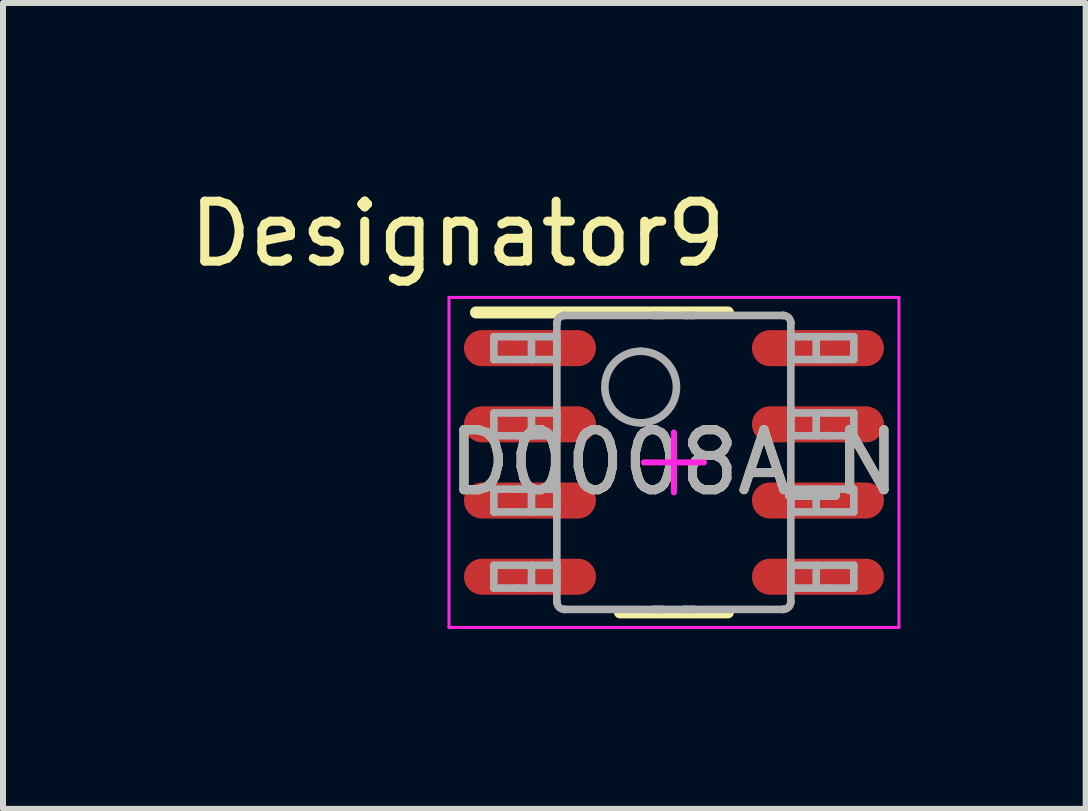
<source format=kicad_pcb>
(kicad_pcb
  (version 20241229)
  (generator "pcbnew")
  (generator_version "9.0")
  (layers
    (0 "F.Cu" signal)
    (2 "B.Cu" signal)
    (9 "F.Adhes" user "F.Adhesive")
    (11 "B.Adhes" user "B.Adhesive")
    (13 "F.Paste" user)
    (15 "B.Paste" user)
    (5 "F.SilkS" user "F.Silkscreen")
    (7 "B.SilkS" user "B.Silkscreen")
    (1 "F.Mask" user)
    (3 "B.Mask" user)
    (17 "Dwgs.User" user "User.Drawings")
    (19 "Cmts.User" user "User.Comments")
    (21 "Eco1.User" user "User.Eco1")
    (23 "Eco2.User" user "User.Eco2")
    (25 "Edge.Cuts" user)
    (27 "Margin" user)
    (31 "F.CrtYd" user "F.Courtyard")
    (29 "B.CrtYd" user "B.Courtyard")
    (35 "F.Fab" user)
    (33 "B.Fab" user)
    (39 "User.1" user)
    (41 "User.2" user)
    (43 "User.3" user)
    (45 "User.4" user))
  (footprint "D0008A_N"
    (layer "F.Cu")
    (at 8.184 4.658)
    (property "Reference" "D0008A_N" (at 0 0 0) (unlocked yes) (layer "F.SilkS") (effects (font (size 1 1) (thickness 0.15))))
    (attr smd)
    (fp_line (start -3.3 -2.5) (end 0.9 -2.5) (stroke (width 0.2) (type solid)) (layer "F.SilkS"))
    (fp_line (start -0.9 2.5) (end 0.9 2.5) (stroke (width 0.2) (type solid)) (layer "F.SilkS"))
    (fp_line (start -3.75 -2.75) (end 3.75 -2.75) (stroke (width 0.05) (type solid)) (layer "F.CrtYd"))
    (fp_line (start -3.75 2.75) (end -3.75 -2.75) (stroke (width 0.05) (type solid)) (layer "F.CrtYd"))
    (fp_line (start -3.75 2.75) (end 3.75 2.75) (stroke (width 0.05) (type solid)) (layer "F.CrtYd"))
    (fp_line (start -0.5 0) (end 0.5 0) (stroke (width 0.1) (type solid)) (layer "F.CrtYd"))
    (fp_line (start 0 0.5) (end 0 -0.5) (stroke (width 0.1) (type solid)) (layer "F.CrtYd"))
    (fp_line (start 3.75 2.75) (end 3.75 -2.75) (stroke (width 0.05) (type solid)) (layer "F.CrtYd"))
    (fp_line (start -3.002 -2.095) (end -2.589 -2.095) (stroke (width 0.127) (type solid)) (layer "F.Fab"))
    (fp_line (start -3.002 -1.715) (end -3.002 -2.095) (stroke (width 0.127) (type solid)) (layer "F.Fab"))
    (fp_line (start -3.002 -1.715) (end -2.589 -1.715) (stroke (width 0.127) (type solid)) (layer "F.Fab"))
    (fp_line (start -3.002 -0.825) (end -2.589 -0.825) (stroke (width 0.127) (type solid)) (layer "F.Fab"))
    (fp_line (start -3.002 -0.445) (end -3.002 -0.825) (stroke (width 0.127) (type solid)) (layer "F.Fab"))
    (fp_line (start -3.002 -0.445) (end -2.589 -0.445) (stroke (width 0.127) (type solid)) (layer "F.Fab"))
    (fp_line (start -3.002 0.445) (end -2.589 0.445) (stroke (width 0.127) (type solid)) (layer "F.Fab"))
    (fp_line (start -3.002 0.825) (end -3.002 0.445) (stroke (width 0.127) (type solid)) (layer "F.Fab"))
    (fp_line (start -3.002 0.825) (end -2.589 0.825) (stroke (width 0.127) (type solid)) (layer "F.Fab"))
    (fp_line (start -3.002 1.715) (end -2.589 1.715) (stroke (width 0.127) (type solid)) (layer "F.Fab"))
    (fp_line (start -3.002 2.095) (end -3.002 1.715) (stroke (width 0.127) (type solid)) (layer "F.Fab"))
    (fp_line (start -3.002 2.095) (end -2.589 2.095) (stroke (width 0.127) (type solid)) (layer "F.Fab"))
    (fp_line (start -2.589 -2.095) (end -2.375 -2.095) (stroke (width 0.127) (type solid)) (layer "F.Fab"))
    (fp_line (start -2.589 -1.715) (end -2.375 -1.715) (stroke (width 0.127) (type solid)) (layer "F.Fab"))
    (fp_line (start -2.589 -0.825) (end -2.375 -0.825) (stroke (width 0.127) (type solid)) (layer "F.Fab"))
    (fp_line (start -2.589 -0.445) (end -2.375 -0.445) (stroke (width 0.127) (type solid)) (layer "F.Fab"))
    (fp_line (start -2.589 0.445) (end -2.375 0.445) (stroke (width 0.127) (type solid)) (layer "F.Fab"))
    (fp_line (start -2.589 0.825) (end -2.375 0.825) (stroke (width 0.127) (type solid)) (layer "F.Fab"))
    (fp_line (start -2.589 1.715) (end -2.375 1.715) (stroke (width 0.127) (type solid)) (layer "F.Fab"))
    (fp_line (start -2.589 2.095) (end -2.375 2.095) (stroke (width 0.127) (type solid)) (layer "F.Fab"))
    (fp_line (start -2.375 -2.095) (end -1.995 -2.095) (stroke (width 0.127) (type solid)) (layer "F.Fab"))
    (fp_line (start -2.375 -1.715) (end -2.375 -2.095) (stroke (width 0.127) (type solid)) (layer "F.Fab"))
    (fp_line (start -2.375 -1.715) (end -1.995 -1.715) (stroke (width 0.127) (type solid)) (layer "F.Fab"))
    (fp_line (start -2.375 -0.825) (end -1.995 -0.825) (stroke (width 0.127) (type solid)) (layer "F.Fab"))
    (fp_line (start -2.375 -0.445) (end -2.375 -0.825) (stroke (width 0.127) (type solid)) (layer "F.Fab"))
    (fp_line (start -2.375 -0.445) (end -1.995 -0.445) (stroke (width 0.127) (type solid)) (layer "F.Fab"))
    (fp_line (start -2.375 0.445) (end -1.995 0.445) (stroke (width 0.127) (type solid)) (layer "F.Fab"))
    (fp_line (start -2.375 0.825) (end -2.375 0.445) (stroke (width 0.127) (type solid)) (layer "F.Fab"))
    (fp_line (start -2.375 0.825) (end -1.995 0.825) (stroke (width 0.127) (type solid)) (layer "F.Fab"))
    (fp_line (start -2.375 1.715) (end -1.995 1.715) (stroke (width 0.127) (type solid)) (layer "F.Fab"))
    (fp_line (start -2.375 2.095) (end -2.375 1.715) (stroke (width 0.127) (type solid)) (layer "F.Fab"))
    (fp_line (start -2.375 2.095) (end -1.995 2.095) (stroke (width 0.127) (type solid)) (layer "F.Fab"))
    (fp_line (start -1.995 -2.095) (end -1.952 -2.095) (stroke (width 0.127) (type solid)) (layer "F.Fab"))
    (fp_line (start -1.995 -1.715) (end -1.952 -1.715) (stroke (width 0.127) (type solid)) (layer "F.Fab"))
    (fp_line (start -1.995 -0.825) (end -1.952 -0.825) (stroke (width 0.127) (type solid)) (layer "F.Fab"))
    (fp_line (start -1.995 -0.445) (end -1.952 -0.445) (stroke (width 0.127) (type solid)) (layer "F.Fab"))
    (fp_line (start -1.995 0.445) (end -1.952 0.445) (stroke (width 0.127) (type solid)) (layer "F.Fab"))
    (fp_line (start -1.995 0.825) (end -1.952 0.825) (stroke (width 0.127) (type solid)) (layer "F.Fab"))
    (fp_line (start -1.995 1.715) (end -1.952 1.715) (stroke (width 0.127) (type solid)) (layer "F.Fab"))
    (fp_line (start -1.995 2.095) (end -1.952 2.095) (stroke (width 0.127) (type solid)) (layer "F.Fab"))
    (fp_line (start -1.952 -2.323) (end -1.952 -2.324) (stroke (width 0.127) (type solid)) (layer "F.Fab"))
    (fp_line (start -1.952 -1.715) (end -1.952 -2.095) (stroke (width 0.127) (type solid)) (layer "F.Fab"))
    (fp_line (start -1.952 -0.445) (end -1.952 -0.825) (stroke (width 0.127) (type solid)) (layer "F.Fab"))
    (fp_line (start -1.952 0.825) (end -1.952 0.445) (stroke (width 0.127) (type solid)) (layer "F.Fab"))
    (fp_line (start -1.952 2.095) (end -1.952 1.715) (stroke (width 0.127) (type solid)) (layer "F.Fab"))
    (fp_line (start -1.952 2.323) (end -1.952 -2.323) (stroke (width 0.127) (type solid)) (layer "F.Fab"))
    (fp_line (start -1.952 2.324) (end -1.952 2.323) (stroke (width 0.127) (type solid)) (layer "F.Fab"))
    (fp_line (start -1.826 -2.45) (end -1.825 -2.45) (stroke (width 0.127) (type solid)) (layer "F.Fab"))
    (fp_line (start -1.826 2.45) (end -1.825 2.45) (stroke (width 0.127) (type solid)) (layer "F.Fab"))
    (fp_line (start -1.825 -2.45) (end -0.332 -2.45) (stroke (width 0.127) (type solid)) (layer "F.Fab"))
    (fp_line (start -1.825 2.45) (end -0.332 2.45) (stroke (width 0.127) (type solid)) (layer "F.Fab"))
    (fp_line (start -0.332 -2.45) (end -0.182 -2.45) (stroke (width 0.127) (type solid)) (layer "F.Fab"))
    (fp_line (start -0.332 -2.45) (end -0.182 -2.45) (stroke (width 0.127) (type solid)) (layer "F.Fab"))
    (fp_line (start -0.332 2.45) (end -0.182 2.45) (stroke (width 0.127) (type solid)) (layer "F.Fab"))
    (fp_line (start -0.332 2.45) (end -0.182 2.45) (stroke (width 0.127) (type solid)) (layer "F.Fab"))
    (fp_line (start -0.182 -2.45) (end 0.178 -2.45) (stroke (width 0.127) (type solid)) (layer "F.Fab"))
    (fp_line (start -0.182 2.45) (end 0.178 2.45) (stroke (width 0.127) (type solid)) (layer "F.Fab"))
    (fp_line (start 0.178 -2.45) (end 0.328 -2.45) (stroke (width 0.127) (type solid)) (layer "F.Fab"))
    (fp_line (start 0.178 -2.45) (end 0.328 -2.45) (stroke (width 0.127) (type solid)) (layer "F.Fab"))
    (fp_line (start 0.178 2.45) (end 0.328 2.45) (stroke (width 0.127) (type solid)) (layer "F.Fab"))
    (fp_line (start 0.178 2.45) (end 0.328 2.45) (stroke (width 0.127) (type solid)) (layer "F.Fab"))
    (fp_line (start 0.328 -2.45) (end 1.821 -2.45) (stroke (width 0.127) (type solid)) (layer "F.Fab"))
    (fp_line (start 0.328 2.45) (end 1.821 2.45) (stroke (width 0.127) (type solid)) (layer "F.Fab"))
    (fp_line (start 1.821 -2.45) (end 1.822 -2.45) (stroke (width 0.127) (type solid)) (layer "F.Fab"))
    (fp_line (start 1.821 2.45) (end 1.822 2.45) (stroke (width 0.127) (type solid)) (layer "F.Fab"))
    (fp_line (start 1.948 -2.323) (end 1.948 -2.324) (stroke (width 0.127) (type solid)) (layer "F.Fab"))
    (fp_line (start 1.948 -2.095) (end 1.991 -2.095) (stroke (width 0.127) (type solid)) (layer "F.Fab"))
    (fp_line (start 1.948 -1.715) (end 1.948 -2.095) (stroke (width 0.127) (type solid)) (layer "F.Fab"))
    (fp_line (start 1.948 -1.715) (end 1.991 -1.715) (stroke (width 0.127) (type solid)) (layer "F.Fab"))
    (fp_line (start 1.948 -0.825) (end 1.991 -0.825) (stroke (width 0.127) (type solid)) (layer "F.Fab"))
    (fp_line (start 1.948 -0.445) (end 1.948 -0.825) (stroke (width 0.127) (type solid)) (layer "F.Fab"))
    (fp_line (start 1.948 -0.445) (end 1.991 -0.445) (stroke (width 0.127) (type solid)) (layer "F.Fab"))
    (fp_line (start 1.948 0.445) (end 1.991 0.445) (stroke (width 0.127) (type solid)) (layer "F.Fab"))
    (fp_line (start 1.948 0.825) (end 1.948 0.445) (stroke (width 0.127) (type solid)) (layer "F.Fab"))
    (fp_line (start 1.948 0.825) (end 1.991 0.825) (stroke (width 0.127) (type solid)) (layer "F.Fab"))
    (fp_line (start 1.948 1.715) (end 1.991 1.715) (stroke (width 0.127) (type solid)) (layer "F.Fab"))
    (fp_line (start 1.948 2.095) (end 1.948 1.715) (stroke (width 0.127) (type solid)) (layer "F.Fab"))
    (fp_line (start 1.948 2.095) (end 1.991 2.095) (stroke (width 0.127) (type solid)) (layer "F.Fab"))
    (fp_line (start 1.948 2.323) (end 1.948 -2.323) (stroke (width 0.127) (type solid)) (layer "F.Fab"))
    (fp_line (start 1.948 2.324) (end 1.948 2.323) (stroke (width 0.127) (type solid)) (layer "F.Fab"))
    (fp_line (start 1.991 -2.095) (end 2.371 -2.095) (stroke (width 0.127) (type solid)) (layer "F.Fab"))
    (fp_line (start 1.991 -1.715) (end 2.371 -1.715) (stroke (width 0.127) (type solid)) (layer "F.Fab"))
    (fp_line (start 1.991 -0.825) (end 2.371 -0.825) (stroke (width 0.127) (type solid)) (layer "F.Fab"))
    (fp_line (start 1.991 -0.445) (end 2.371 -0.445) (stroke (width 0.127) (type solid)) (layer "F.Fab"))
    (fp_line (start 1.991 0.445) (end 2.371 0.445) (stroke (width 0.127) (type solid)) (layer "F.Fab"))
    (fp_line (start 1.991 0.825) (end 2.371 0.825) (stroke (width 0.127) (type solid)) (layer "F.Fab"))
    (fp_line (start 1.991 1.715) (end 2.371 1.715) (stroke (width 0.127) (type solid)) (layer "F.Fab"))
    (fp_line (start 1.991 2.095) (end 2.371 2.095) (stroke (width 0.127) (type solid)) (layer "F.Fab"))
    (fp_line (start 2.371 -2.095) (end 2.585 -2.095) (stroke (width 0.127) (type solid)) (layer "F.Fab"))
    (fp_line (start 2.371 -1.715) (end 2.371 -2.095) (stroke (width 0.127) (type solid)) (layer "F.Fab"))
    (fp_line (start 2.371 -1.715) (end 2.585 -1.715) (stroke (width 0.127) (type solid)) (layer "F.Fab"))
    (fp_line (start 2.371 -0.825) (end 2.585 -0.825) (stroke (width 0.127) (type solid)) (layer "F.Fab"))
    (fp_line (start 2.371 -0.445) (end 2.371 -0.825) (stroke (width 0.127) (type solid)) (layer "F.Fab"))
    (fp_line (start 2.371 -0.445) (end 2.585 -0.445) (stroke (width 0.127) (type solid)) (layer "F.Fab"))
    (fp_line (start 2.371 0.445) (end 2.585 0.445) (stroke (width 0.127) (type solid)) (layer "F.Fab"))
    (fp_line (start 2.371 0.825) (end 2.371 0.445) (stroke (width 0.127) (type solid)) (layer "F.Fab"))
    (fp_line (start 2.371 0.825) (end 2.585 0.825) (stroke (width 0.127) (type solid)) (layer "F.Fab"))
    (fp_line (start 2.371 1.715) (end 2.585 1.715) (stroke (width 0.127) (type solid)) (layer "F.Fab"))
    (fp_line (start 2.371 2.095) (end 2.371 1.715) (stroke (width 0.127) (type solid)) (layer "F.Fab"))
    (fp_line (start 2.371 2.095) (end 2.585 2.095) (stroke (width 0.127) (type solid)) (layer "F.Fab"))
    (fp_line (start 2.585 -2.095) (end 2.998 -2.095) (stroke (width 0.127) (type solid)) (layer "F.Fab"))
    (fp_line (start 2.585 -1.715) (end 2.998 -1.715) (stroke (width 0.127) (type solid)) (layer "F.Fab"))
    (fp_line (start 2.585 -0.825) (end 2.998 -0.825) (stroke (width 0.127) (type solid)) (layer "F.Fab"))
    (fp_line (start 2.585 -0.445) (end 2.998 -0.445) (stroke (width 0.127) (type solid)) (layer "F.Fab"))
    (fp_line (start 2.585 0.445) (end 2.998 0.445) (stroke (width 0.127) (type solid)) (layer "F.Fab"))
    (fp_line (start 2.585 0.825) (end 2.998 0.825) (stroke (width 0.127) (type solid)) (layer "F.Fab"))
    (fp_line (start 2.585 1.715) (end 2.998 1.715) (stroke (width 0.127) (type solid)) (layer "F.Fab"))
    (fp_line (start 2.585 2.095) (end 2.998 2.095) (stroke (width 0.127) (type solid)) (layer "F.Fab"))
    (fp_line (start 2.998 -1.715) (end 2.998 -2.095) (stroke (width 0.127) (type solid)) (layer "F.Fab"))
    (fp_line (start 2.998 -0.445) (end 2.998 -0.825) (stroke (width 0.127) (type solid)) (layer "F.Fab"))
    (fp_line (start 2.998 0.825) (end 2.998 0.445) (stroke (width 0.127) (type solid)) (layer "F.Fab"))
    (fp_line (start 2.998 2.095) (end 2.998 1.715) (stroke (width 0.127) (type solid)) (layer "F.Fab"))
    (fp_arc (start -1.952002 -2.323941) (mid -1.914806 -2.412806) (end -1.825941 -2.450002) (stroke (width 0.127) (type solid)) (layer "F.Fab"))
    (fp_arc (start -1.825941 2.449992) (mid -1.914806 2.412795) (end -1.952002 2.323931) (stroke (width 0.127) (type solid)) (layer "F.Fab"))
    (fp_arc (start -0.555 -1.8531) (mid 0.0419 -1.2562) (end -0.555 -0.6593) (stroke (width 0.127) (type solid)) (layer "F.Fab"))
    (fp_arc (start -0.555 -0.6593) (mid -1.1519 -1.2562) (end -0.555 -1.8531) (stroke (width 0.127) (type solid)) (layer "F.Fab"))
    (fp_arc (start 1.821933 -2.450002) (mid 1.910797 -2.412806) (end 1.947994 -2.323941) (stroke (width 0.127) (type solid)) (layer "F.Fab"))
    (fp_arc (start 1.947994 2.323931) (mid 1.910797 2.412795) (end 1.821933 2.449992) (stroke (width 0.127) (type solid)) (layer "F.Fab"))
    (fp_text user "Designator9" (at -3.607 -3.81 0) (unlocked yes) (layer "F.SilkS") (effects (font (size 1 1) (thickness 0.15))))
    (fp_text user "${REFERENCE}" (at 0 0 0) (unlocked yes) (layer "F.Fab") (effects (font (size 1 1) (thickness 0.15))))
    (pad "1" smd oval (at -2.4 -1.905 90) (size 0.6 2.2) (layers "F.Cu" "F.Mask" "F.Paste"))
    (pad "2" smd oval (at -2.4 -0.635 90) (size 0.6 2.2) (layers "F.Cu" "F.Mask" "F.Paste"))
    (pad "3" smd oval (at -2.4 0.635 90) (size 0.6 2.2) (layers "F.Cu" "F.Mask" "F.Paste"))
    (pad "4" smd oval (at -2.4 1.905 90) (size 0.6 2.2) (layers "F.Cu" "F.Mask" "F.Paste"))
    (pad "5" smd oval (at 2.4 1.905 90) (size 0.6 2.2) (layers "F.Cu" "F.Mask" "F.Paste"))
    (pad "6" smd oval (at 2.4 0.635 90) (size 0.6 2.2) (layers "F.Cu" "F.Mask" "F.Paste"))
    (pad "7" smd oval (at 2.4 -0.635 90) (size 0.6 2.2) (layers "F.Cu" "F.Mask" "F.Paste"))
    (pad "8" smd oval (at 2.4 -1.905 90) (size 0.6 2.2) (layers "F.Cu" "F.Mask" "F.Paste")))
  (gr_rect
    (start -3 -3)
    (end 15.047 10.433)
    (stroke (width 0.1) (type default))
    (fill no)
    (layer "Edge.Cuts")))
</source>
